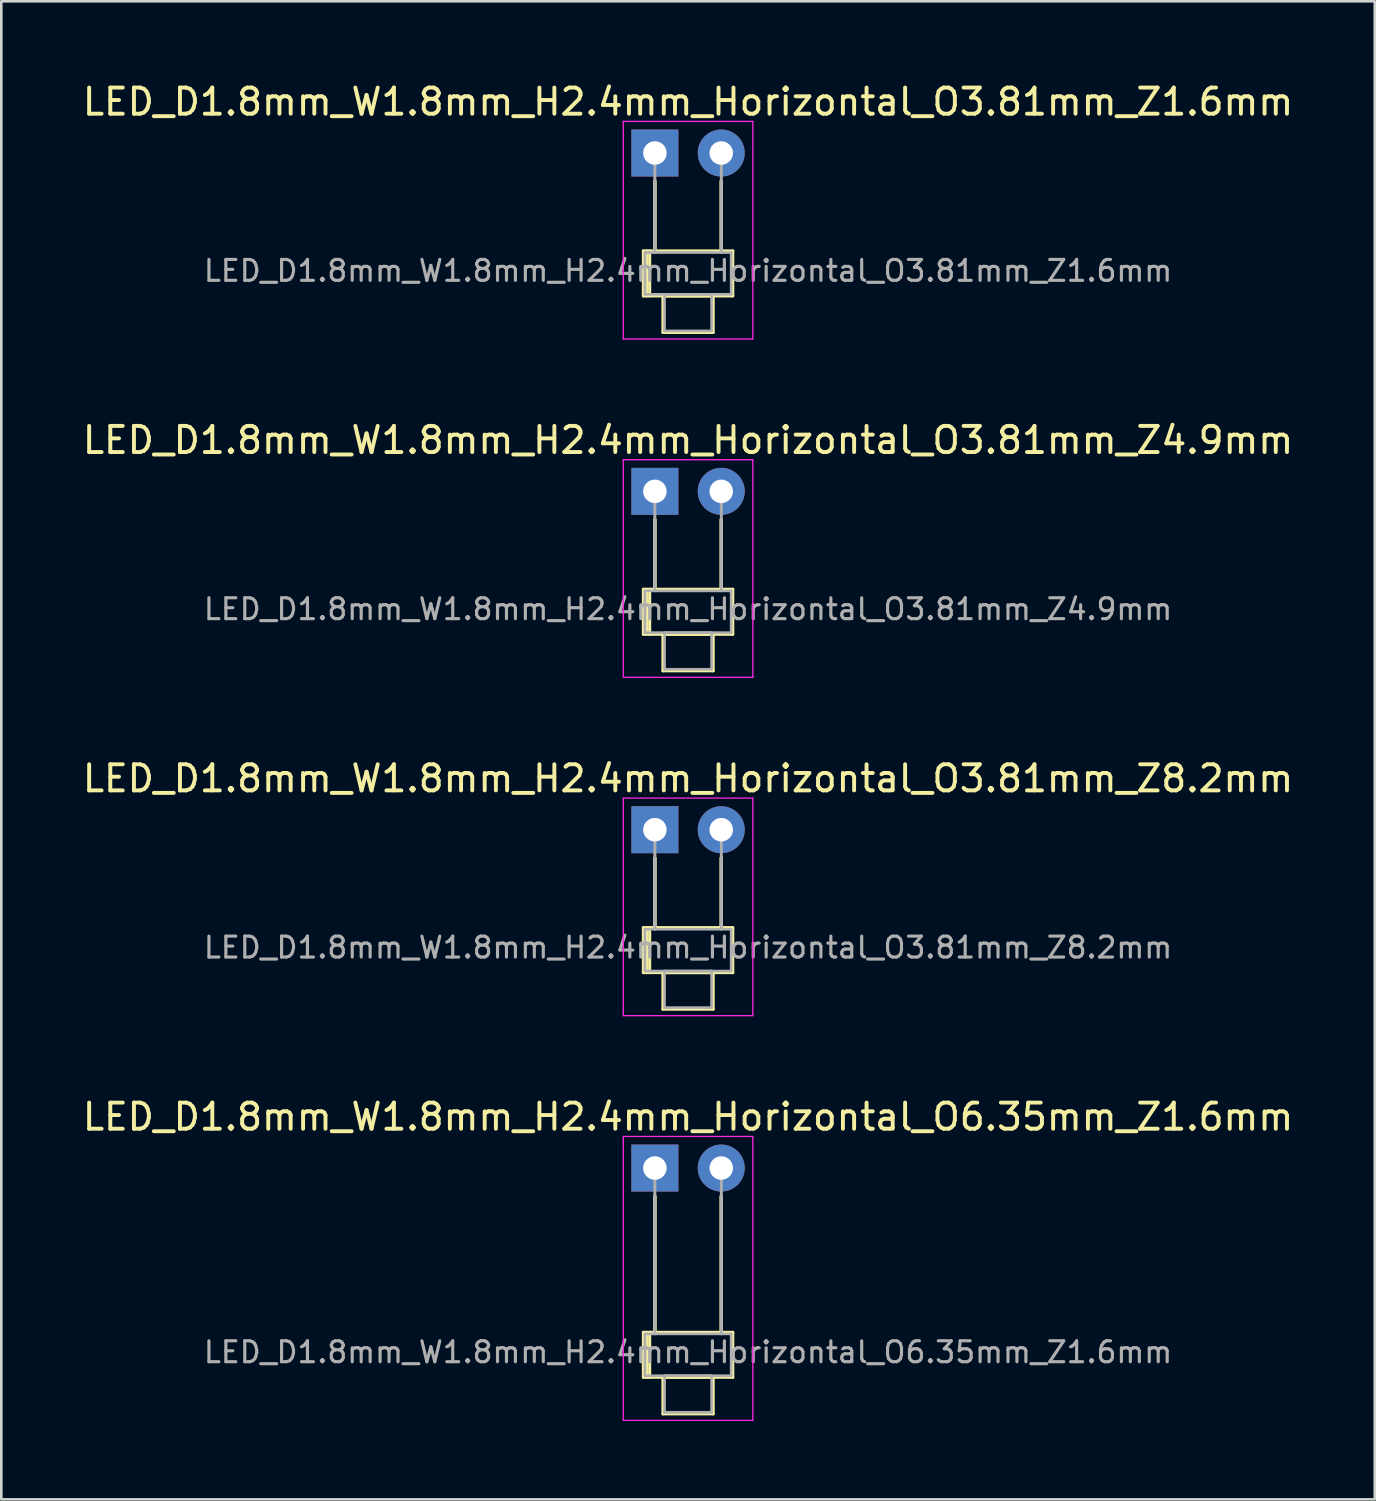
<source format=kicad_pcb>
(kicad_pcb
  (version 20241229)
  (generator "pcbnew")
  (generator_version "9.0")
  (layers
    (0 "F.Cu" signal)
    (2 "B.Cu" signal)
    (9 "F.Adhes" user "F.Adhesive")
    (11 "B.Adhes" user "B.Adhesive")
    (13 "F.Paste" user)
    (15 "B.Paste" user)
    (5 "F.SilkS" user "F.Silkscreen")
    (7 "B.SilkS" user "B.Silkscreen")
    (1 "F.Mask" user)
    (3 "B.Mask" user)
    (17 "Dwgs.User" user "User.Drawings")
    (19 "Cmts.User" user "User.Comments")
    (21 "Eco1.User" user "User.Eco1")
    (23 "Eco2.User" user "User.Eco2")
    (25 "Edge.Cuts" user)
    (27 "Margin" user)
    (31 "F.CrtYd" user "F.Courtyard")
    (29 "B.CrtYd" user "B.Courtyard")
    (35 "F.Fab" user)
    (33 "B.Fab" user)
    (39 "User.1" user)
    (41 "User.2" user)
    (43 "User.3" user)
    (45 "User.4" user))
  (footprint "LED_D1.8mm_W1.8mm_H2.4mm_Horizontal_O3.81mm_Z4.9mm"
    (layer "F.Cu")
    (at 22.022 15.761)
    (property "Reference" "LED_D1.8mm_W1.8mm_H2.4mm_Horizontal_O3.81mm_Z4.9mm" (at 1.27 -1.96 0) (layer "F.SilkS") (effects (font (size 1 1) (thickness 0.15))))
    (attr through_hole)
    (fp_line (start -0.44 3.75) (end -0.44 5.47) (stroke (width 0.12) (type solid)) (layer "F.SilkS"))
    (fp_line (start -0.44 5.47) (end 2.98 5.47) (stroke (width 0.12) (type solid)) (layer "F.SilkS"))
    (fp_line (start -0.32 3.75) (end -0.32 5.47) (stroke (width 0.12) (type solid)) (layer "F.SilkS"))
    (fp_line (start -0.2 3.75) (end -0.2 5.47) (stroke (width 0.12) (type solid)) (layer "F.SilkS"))
    (fp_line (start 0 1.08) (end 0 3.75) (stroke (width 0.12) (type solid)) (layer "F.SilkS"))
    (fp_line (start 0 3.75) (end 0 1.08) (stroke (width 0.12) (type solid)) (layer "F.SilkS"))
    (fp_line (start 0.31 5.47) (end 0.31 6.87) (stroke (width 0.12) (type solid)) (layer "F.SilkS"))
    (fp_line (start 0.31 6.87) (end 2.23 6.87) (stroke (width 0.12) (type solid)) (layer "F.SilkS"))
    (fp_line (start 2.23 5.47) (end 0.31 5.47) (stroke (width 0.12) (type solid)) (layer "F.SilkS"))
    (fp_line (start 2.23 6.87) (end 2.23 5.47) (stroke (width 0.12) (type solid)) (layer "F.SilkS"))
    (fp_line (start 2.54 1.08) (end 2.54 3.75) (stroke (width 0.12) (type solid)) (layer "F.SilkS"))
    (fp_line (start 2.54 3.75) (end 2.54 1.08) (stroke (width 0.12) (type solid)) (layer "F.SilkS"))
    (fp_line (start 2.98 3.75) (end -0.44 3.75) (stroke (width 0.12) (type solid)) (layer "F.SilkS"))
    (fp_line (start 2.98 5.47) (end 2.98 3.75) (stroke (width 0.12) (type solid)) (layer "F.SilkS"))
    (fp_line (start -1.21 -1.21) (end -1.21 7.12) (stroke (width 0.05) (type solid)) (layer "F.CrtYd"))
    (fp_line (start -1.21 7.12) (end 3.75 7.12) (stroke (width 0.05) (type solid)) (layer "F.CrtYd"))
    (fp_line (start 3.75 -1.21) (end -1.21 -1.21) (stroke (width 0.05) (type solid)) (layer "F.CrtYd"))
    (fp_line (start 3.75 7.12) (end 3.75 -1.21) (stroke (width 0.05) (type solid)) (layer "F.CrtYd"))
    (fp_line (start -0.38 3.81) (end -0.38 5.41) (stroke (width 0.1) (type solid)) (layer "F.Fab"))
    (fp_line (start -0.38 5.41) (end 2.92 5.41) (stroke (width 0.1) (type solid)) (layer "F.Fab"))
    (fp_line (start 0 0) (end 0 3.81) (stroke (width 0.1) (type solid)) (layer "F.Fab"))
    (fp_line (start 0 3.81) (end 0 0) (stroke (width 0.1) (type solid)) (layer "F.Fab"))
    (fp_line (start 0.37 5.41) (end 0.37 6.81) (stroke (width 0.1) (type solid)) (layer "F.Fab"))
    (fp_line (start 0.37 6.81) (end 2.17 6.81) (stroke (width 0.1) (type solid)) (layer "F.Fab"))
    (fp_line (start 2.17 5.41) (end 0.37 5.41) (stroke (width 0.1) (type solid)) (layer "F.Fab"))
    (fp_line (start 2.17 6.81) (end 2.17 5.41) (stroke (width 0.1) (type solid)) (layer "F.Fab"))
    (fp_line (start 2.54 0) (end 2.54 3.81) (stroke (width 0.1) (type solid)) (layer "F.Fab"))
    (fp_line (start 2.54 3.81) (end 2.54 0) (stroke (width 0.1) (type solid)) (layer "F.Fab"))
    (fp_line (start 2.92 3.81) (end -0.38 3.81) (stroke (width 0.1) (type solid)) (layer "F.Fab"))
    (fp_line (start 2.92 5.41) (end 2.92 3.81) (stroke (width 0.1) (type solid)) (layer "F.Fab"))
    (fp_text user "${REFERENCE}" (at 1.27 4.51 0) (layer "F.Fab") (effects (font (size 0.8 0.8) (thickness 0.12))))
    (pad "1" thru_hole rect (at 0 0) (size 1.8 1.8) (drill 0.9) (layers "*.Cu" "*.Mask"))
    (pad "2" thru_hole circle (at 2.54 0) (size 1.8 1.8) (drill 0.9) (layers "*.Cu" "*.Mask")))
  (footprint "LED_D1.8mm_W1.8mm_H2.4mm_Horizontal_O6.35mm_Z1.6mm"
    (layer "F.Cu")
    (at 22.022 41.668)
    (property "Reference" "LED_D1.8mm_W1.8mm_H2.4mm_Horizontal_O6.35mm_Z1.6mm" (at 1.27 -1.96 0) (layer "F.SilkS") (effects (font (size 1 1) (thickness 0.15))))
    (attr through_hole)
    (fp_line (start -0.44 6.29) (end -0.44 8.01) (stroke (width 0.12) (type solid)) (layer "F.SilkS"))
    (fp_line (start -0.44 8.01) (end 2.98 8.01) (stroke (width 0.12) (type solid)) (layer "F.SilkS"))
    (fp_line (start -0.32 6.29) (end -0.32 8.01) (stroke (width 0.12) (type solid)) (layer "F.SilkS"))
    (fp_line (start -0.2 6.29) (end -0.2 8.01) (stroke (width 0.12) (type solid)) (layer "F.SilkS"))
    (fp_line (start 0 1.08) (end 0 6.29) (stroke (width 0.12) (type solid)) (layer "F.SilkS"))
    (fp_line (start 0 6.29) (end 0 1.08) (stroke (width 0.12) (type solid)) (layer "F.SilkS"))
    (fp_line (start 0.31 8.01) (end 0.31 9.41) (stroke (width 0.12) (type solid)) (layer "F.SilkS"))
    (fp_line (start 0.31 9.41) (end 2.23 9.41) (stroke (width 0.12) (type solid)) (layer "F.SilkS"))
    (fp_line (start 2.23 8.01) (end 0.31 8.01) (stroke (width 0.12) (type solid)) (layer "F.SilkS"))
    (fp_line (start 2.23 9.41) (end 2.23 8.01) (stroke (width 0.12) (type solid)) (layer "F.SilkS"))
    (fp_line (start 2.54 1.08) (end 2.54 6.29) (stroke (width 0.12) (type solid)) (layer "F.SilkS"))
    (fp_line (start 2.54 6.29) (end 2.54 1.08) (stroke (width 0.12) (type solid)) (layer "F.SilkS"))
    (fp_line (start 2.98 6.29) (end -0.44 6.29) (stroke (width 0.12) (type solid)) (layer "F.SilkS"))
    (fp_line (start 2.98 8.01) (end 2.98 6.29) (stroke (width 0.12) (type solid)) (layer "F.SilkS"))
    (fp_line (start -1.21 -1.21) (end -1.21 9.66) (stroke (width 0.05) (type solid)) (layer "F.CrtYd"))
    (fp_line (start -1.21 9.66) (end 3.75 9.66) (stroke (width 0.05) (type solid)) (layer "F.CrtYd"))
    (fp_line (start 3.75 -1.21) (end -1.21 -1.21) (stroke (width 0.05) (type solid)) (layer "F.CrtYd"))
    (fp_line (start 3.75 9.66) (end 3.75 -1.21) (stroke (width 0.05) (type solid)) (layer "F.CrtYd"))
    (fp_line (start -0.38 6.35) (end -0.38 7.95) (stroke (width 0.1) (type solid)) (layer "F.Fab"))
    (fp_line (start -0.38 7.95) (end 2.92 7.95) (stroke (width 0.1) (type solid)) (layer "F.Fab"))
    (fp_line (start 0 0) (end 0 6.35) (stroke (width 0.1) (type solid)) (layer "F.Fab"))
    (fp_line (start 0 6.35) (end 0 0) (stroke (width 0.1) (type solid)) (layer "F.Fab"))
    (fp_line (start 0.37 7.95) (end 0.37 9.35) (stroke (width 0.1) (type solid)) (layer "F.Fab"))
    (fp_line (start 0.37 9.35) (end 2.17 9.35) (stroke (width 0.1) (type solid)) (layer "F.Fab"))
    (fp_line (start 2.17 7.95) (end 0.37 7.95) (stroke (width 0.1) (type solid)) (layer "F.Fab"))
    (fp_line (start 2.17 9.35) (end 2.17 7.95) (stroke (width 0.1) (type solid)) (layer "F.Fab"))
    (fp_line (start 2.54 0) (end 2.54 6.35) (stroke (width 0.1) (type solid)) (layer "F.Fab"))
    (fp_line (start 2.54 6.35) (end 2.54 0) (stroke (width 0.1) (type solid)) (layer "F.Fab"))
    (fp_line (start 2.92 6.35) (end -0.38 6.35) (stroke (width 0.1) (type solid)) (layer "F.Fab"))
    (fp_line (start 2.92 7.95) (end 2.92 6.35) (stroke (width 0.1) (type solid)) (layer "F.Fab"))
    (fp_text user "${REFERENCE}" (at 1.27 7.05 0) (layer "F.Fab") (effects (font (size 0.8 0.8) (thickness 0.12))))
    (pad "1" thru_hole rect (at 0 0) (size 1.8 1.8) (drill 0.9) (layers "*.Cu" "*.Mask"))
    (pad "2" thru_hole circle (at 2.54 0) (size 1.8 1.8) (drill 0.9) (layers "*.Cu" "*.Mask")))
  (footprint "LED_D1.8mm_W1.8mm_H2.4mm_Horizontal_O3.81mm_Z1.6mm"
    (layer "F.Cu")
    (at 22.022 2.808)
    (property "Reference" "LED_D1.8mm_W1.8mm_H2.4mm_Horizontal_O3.81mm_Z1.6mm" (at 1.27 -1.96 0) (layer "F.SilkS") (effects (font (size 1 1) (thickness 0.15))))
    (attr through_hole)
    (fp_line (start -0.44 3.75) (end -0.44 5.47) (stroke (width 0.12) (type solid)) (layer "F.SilkS"))
    (fp_line (start -0.44 5.47) (end 2.98 5.47) (stroke (width 0.12) (type solid)) (layer "F.SilkS"))
    (fp_line (start -0.32 3.75) (end -0.32 5.47) (stroke (width 0.12) (type solid)) (layer "F.SilkS"))
    (fp_line (start -0.2 3.75) (end -0.2 5.47) (stroke (width 0.12) (type solid)) (layer "F.SilkS"))
    (fp_line (start 0 1.08) (end 0 3.75) (stroke (width 0.12) (type solid)) (layer "F.SilkS"))
    (fp_line (start 0 3.75) (end 0 1.08) (stroke (width 0.12) (type solid)) (layer "F.SilkS"))
    (fp_line (start 0.31 5.47) (end 0.31 6.87) (stroke (width 0.12) (type solid)) (layer "F.SilkS"))
    (fp_line (start 0.31 6.87) (end 2.23 6.87) (stroke (width 0.12) (type solid)) (layer "F.SilkS"))
    (fp_line (start 2.23 5.47) (end 0.31 5.47) (stroke (width 0.12) (type solid)) (layer "F.SilkS"))
    (fp_line (start 2.23 6.87) (end 2.23 5.47) (stroke (width 0.12) (type solid)) (layer "F.SilkS"))
    (fp_line (start 2.54 1.08) (end 2.54 3.75) (stroke (width 0.12) (type solid)) (layer "F.SilkS"))
    (fp_line (start 2.54 3.75) (end 2.54 1.08) (stroke (width 0.12) (type solid)) (layer "F.SilkS"))
    (fp_line (start 2.98 3.75) (end -0.44 3.75) (stroke (width 0.12) (type solid)) (layer "F.SilkS"))
    (fp_line (start 2.98 5.47) (end 2.98 3.75) (stroke (width 0.12) (type solid)) (layer "F.SilkS"))
    (fp_line (start -1.21 -1.21) (end -1.21 7.12) (stroke (width 0.05) (type solid)) (layer "F.CrtYd"))
    (fp_line (start -1.21 7.12) (end 3.75 7.12) (stroke (width 0.05) (type solid)) (layer "F.CrtYd"))
    (fp_line (start 3.75 -1.21) (end -1.21 -1.21) (stroke (width 0.05) (type solid)) (layer "F.CrtYd"))
    (fp_line (start 3.75 7.12) (end 3.75 -1.21) (stroke (width 0.05) (type solid)) (layer "F.CrtYd"))
    (fp_line (start -0.38 3.81) (end -0.38 5.41) (stroke (width 0.1) (type solid)) (layer "F.Fab"))
    (fp_line (start -0.38 5.41) (end 2.92 5.41) (stroke (width 0.1) (type solid)) (layer "F.Fab"))
    (fp_line (start 0 0) (end 0 3.81) (stroke (width 0.1) (type solid)) (layer "F.Fab"))
    (fp_line (start 0 3.81) (end 0 0) (stroke (width 0.1) (type solid)) (layer "F.Fab"))
    (fp_line (start 0.37 5.41) (end 0.37 6.81) (stroke (width 0.1) (type solid)) (layer "F.Fab"))
    (fp_line (start 0.37 6.81) (end 2.17 6.81) (stroke (width 0.1) (type solid)) (layer "F.Fab"))
    (fp_line (start 2.17 5.41) (end 0.37 5.41) (stroke (width 0.1) (type solid)) (layer "F.Fab"))
    (fp_line (start 2.17 6.81) (end 2.17 5.41) (stroke (width 0.1) (type solid)) (layer "F.Fab"))
    (fp_line (start 2.54 0) (end 2.54 3.81) (stroke (width 0.1) (type solid)) (layer "F.Fab"))
    (fp_line (start 2.54 3.81) (end 2.54 0) (stroke (width 0.1) (type solid)) (layer "F.Fab"))
    (fp_line (start 2.92 3.81) (end -0.38 3.81) (stroke (width 0.1) (type solid)) (layer "F.Fab"))
    (fp_line (start 2.92 5.41) (end 2.92 3.81) (stroke (width 0.1) (type solid)) (layer "F.Fab"))
    (fp_text user "${REFERENCE}" (at 1.27 4.51 0) (layer "F.Fab") (effects (font (size 0.8 0.8) (thickness 0.12))))
    (pad "1" thru_hole rect (at 0 0) (size 1.8 1.8) (drill 0.9) (layers "*.Cu" "*.Mask"))
    (pad "2" thru_hole circle (at 2.54 0) (size 1.8 1.8) (drill 0.9) (layers "*.Cu" "*.Mask")))
  (footprint "LED_D1.8mm_W1.8mm_H2.4mm_Horizontal_O3.81mm_Z8.2mm"
    (layer "F.Cu")
    (at 22.022 28.715)
    (property "Reference" "LED_D1.8mm_W1.8mm_H2.4mm_Horizontal_O3.81mm_Z8.2mm" (at 1.27 -1.96 0) (layer "F.SilkS") (effects (font (size 1 1) (thickness 0.15))))
    (attr through_hole)
    (fp_line (start -0.44 3.75) (end -0.44 5.47) (stroke (width 0.12) (type solid)) (layer "F.SilkS"))
    (fp_line (start -0.44 5.47) (end 2.98 5.47) (stroke (width 0.12) (type solid)) (layer "F.SilkS"))
    (fp_line (start -0.32 3.75) (end -0.32 5.47) (stroke (width 0.12) (type solid)) (layer "F.SilkS"))
    (fp_line (start -0.2 3.75) (end -0.2 5.47) (stroke (width 0.12) (type solid)) (layer "F.SilkS"))
    (fp_line (start 0 1.08) (end 0 3.75) (stroke (width 0.12) (type solid)) (layer "F.SilkS"))
    (fp_line (start 0 3.75) (end 0 1.08) (stroke (width 0.12) (type solid)) (layer "F.SilkS"))
    (fp_line (start 0.31 5.47) (end 0.31 6.87) (stroke (width 0.12) (type solid)) (layer "F.SilkS"))
    (fp_line (start 0.31 6.87) (end 2.23 6.87) (stroke (width 0.12) (type solid)) (layer "F.SilkS"))
    (fp_line (start 2.23 5.47) (end 0.31 5.47) (stroke (width 0.12) (type solid)) (layer "F.SilkS"))
    (fp_line (start 2.23 6.87) (end 2.23 5.47) (stroke (width 0.12) (type solid)) (layer "F.SilkS"))
    (fp_line (start 2.54 1.08) (end 2.54 3.75) (stroke (width 0.12) (type solid)) (layer "F.SilkS"))
    (fp_line (start 2.54 3.75) (end 2.54 1.08) (stroke (width 0.12) (type solid)) (layer "F.SilkS"))
    (fp_line (start 2.98 3.75) (end -0.44 3.75) (stroke (width 0.12) (type solid)) (layer "F.SilkS"))
    (fp_line (start 2.98 5.47) (end 2.98 3.75) (stroke (width 0.12) (type solid)) (layer "F.SilkS"))
    (fp_line (start -1.21 -1.21) (end -1.21 7.12) (stroke (width 0.05) (type solid)) (layer "F.CrtYd"))
    (fp_line (start -1.21 7.12) (end 3.75 7.12) (stroke (width 0.05) (type solid)) (layer "F.CrtYd"))
    (fp_line (start 3.75 -1.21) (end -1.21 -1.21) (stroke (width 0.05) (type solid)) (layer "F.CrtYd"))
    (fp_line (start 3.75 7.12) (end 3.75 -1.21) (stroke (width 0.05) (type solid)) (layer "F.CrtYd"))
    (fp_line (start -0.38 3.81) (end -0.38 5.41) (stroke (width 0.1) (type solid)) (layer "F.Fab"))
    (fp_line (start -0.38 5.41) (end 2.92 5.41) (stroke (width 0.1) (type solid)) (layer "F.Fab"))
    (fp_line (start 0 0) (end 0 3.81) (stroke (width 0.1) (type solid)) (layer "F.Fab"))
    (fp_line (start 0 3.81) (end 0 0) (stroke (width 0.1) (type solid)) (layer "F.Fab"))
    (fp_line (start 0.37 5.41) (end 0.37 6.81) (stroke (width 0.1) (type solid)) (layer "F.Fab"))
    (fp_line (start 0.37 6.81) (end 2.17 6.81) (stroke (width 0.1) (type solid)) (layer "F.Fab"))
    (fp_line (start 2.17 5.41) (end 0.37 5.41) (stroke (width 0.1) (type solid)) (layer "F.Fab"))
    (fp_line (start 2.17 6.81) (end 2.17 5.41) (stroke (width 0.1) (type solid)) (layer "F.Fab"))
    (fp_line (start 2.54 0) (end 2.54 3.81) (stroke (width 0.1) (type solid)) (layer "F.Fab"))
    (fp_line (start 2.54 3.81) (end 2.54 0) (stroke (width 0.1) (type solid)) (layer "F.Fab"))
    (fp_line (start 2.92 3.81) (end -0.38 3.81) (stroke (width 0.1) (type solid)) (layer "F.Fab"))
    (fp_line (start 2.92 5.41) (end 2.92 3.81) (stroke (width 0.1) (type solid)) (layer "F.Fab"))
    (fp_text user "${REFERENCE}" (at 1.27 4.51 0) (layer "F.Fab") (effects (font (size 0.8 0.8) (thickness 0.12))))
    (pad "1" thru_hole rect (at 0 0) (size 1.8 1.8) (drill 0.9) (layers "*.Cu" "*.Mask"))
    (pad "2" thru_hole circle (at 2.54 0) (size 1.8 1.8) (drill 0.9) (layers "*.Cu" "*.Mask")))
  (gr_rect
    (start -3 -3)
    (end 49.583 54.353)
    (stroke (width 0.1) (type default))
    (fill no)
    (layer "Edge.Cuts")))
</source>
